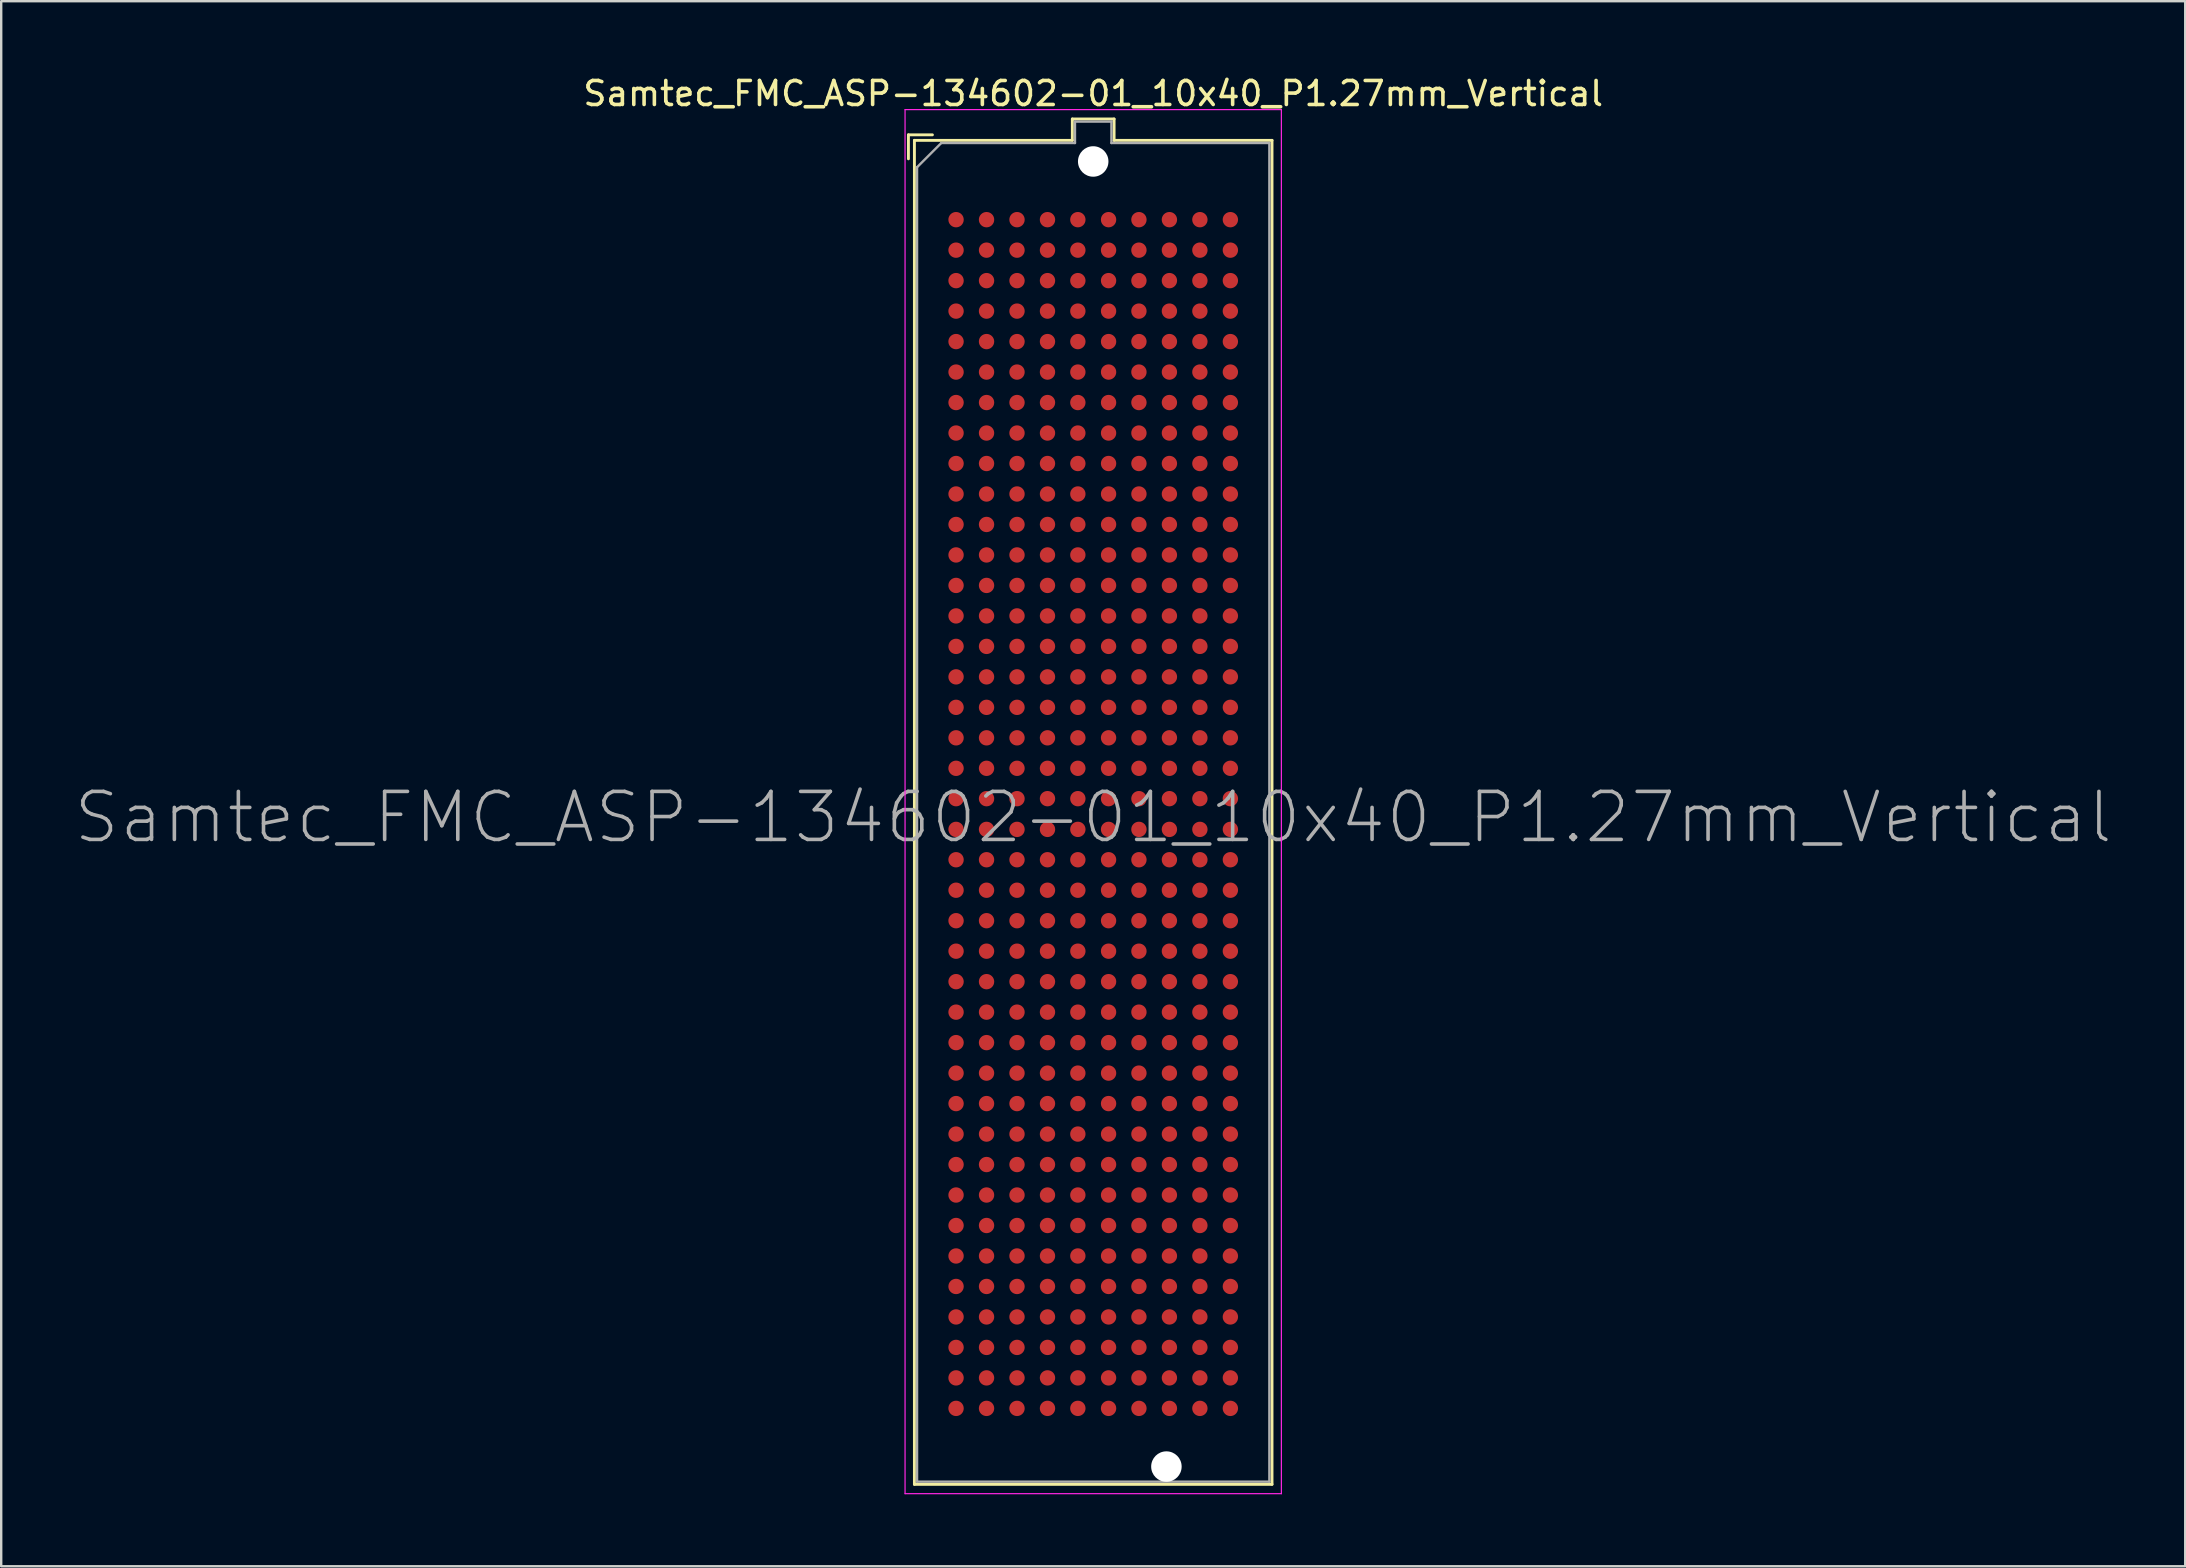
<source format=kicad_pcb>
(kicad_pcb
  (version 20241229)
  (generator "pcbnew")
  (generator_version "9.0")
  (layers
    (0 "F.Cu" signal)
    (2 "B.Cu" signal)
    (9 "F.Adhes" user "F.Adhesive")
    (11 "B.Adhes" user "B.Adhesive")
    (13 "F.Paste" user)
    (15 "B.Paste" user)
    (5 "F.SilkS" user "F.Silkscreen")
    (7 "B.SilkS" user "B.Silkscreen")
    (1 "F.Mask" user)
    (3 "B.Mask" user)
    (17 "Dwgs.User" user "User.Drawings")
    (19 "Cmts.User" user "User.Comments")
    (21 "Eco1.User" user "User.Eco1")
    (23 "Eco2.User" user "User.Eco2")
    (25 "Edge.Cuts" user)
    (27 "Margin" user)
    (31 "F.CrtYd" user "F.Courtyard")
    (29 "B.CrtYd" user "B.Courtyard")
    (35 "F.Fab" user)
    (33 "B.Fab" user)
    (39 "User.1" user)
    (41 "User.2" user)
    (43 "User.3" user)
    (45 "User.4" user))
  (footprint "Samtec_FMC_ASP-134602-01_10x40_P1.27mm_Vertical"
    (layer "F.Cu")
    (at 42.501 30.868)
    (property "Reference" "Samtec_FMC_ASP-134602-01_10x40_P1.27mm_Vertical" (at 0 -30.02 0) (layer "F.SilkS") (effects (font (size 1 1) (thickness 0.15))))
    (attr smd)
    (fp_line (start -7.7 -28.3) (end -6.7 -28.3) (stroke (width 0.12) (type solid)) (layer "F.SilkS"))
    (fp_line (start -7.7 -27.3) (end -7.7 -28.3) (stroke (width 0.12) (type solid)) (layer "F.SilkS"))
    (fp_line (start -7.45 -28.07) (end -7.45 27.93) (stroke (width 0.12) (type solid)) (layer "F.SilkS"))
    (fp_line (start -7.45 27.93) (end 7.45 27.93) (stroke (width 0.12) (type solid)) (layer "F.SilkS"))
    (fp_line (start -0.87 -28.96) (end -0.87 -28.07) (stroke (width 0.12) (type solid)) (layer "F.SilkS"))
    (fp_line (start -0.87 -28.07) (end -7.45 -28.07) (stroke (width 0.12) (type solid)) (layer "F.SilkS"))
    (fp_line (start 0.87 -28.96) (end -0.87 -28.96) (stroke (width 0.12) (type solid)) (layer "F.SilkS"))
    (fp_line (start 0.87 -28.07) (end 0.87 -28.96) (stroke (width 0.12) (type solid)) (layer "F.SilkS"))
    (fp_line (start 7.45 -28.07) (end 0.87 -28.07) (stroke (width 0.12) (type solid)) (layer "F.SilkS"))
    (fp_line (start 7.45 27.93) (end 7.45 -28.07) (stroke (width 0.12) (type solid)) (layer "F.SilkS"))
    (fp_line (start -7.84 -29.35) (end -7.84 28.32) (stroke (width 0.05) (type solid)) (layer "F.CrtYd"))
    (fp_line (start -7.84 -29.35) (end 7.84 -29.35) (stroke (width 0.05) (type solid)) (layer "F.CrtYd"))
    (fp_line (start -7.84 28.32) (end 7.84 28.32) (stroke (width 0.05) (type solid)) (layer "F.CrtYd"))
    (fp_line (start 7.84 -29.35) (end 7.84 28.32) (stroke (width 0.05) (type solid)) (layer "F.CrtYd"))
    (fp_line (start -7.34 -26.95) (end -6.33 -27.96) (stroke (width 0.1) (type solid)) (layer "F.Fab"))
    (fp_line (start -7.34 27.82) (end -7.34 -26.95) (stroke (width 0.1) (type solid)) (layer "F.Fab"))
    (fp_line (start -7.34 27.82) (end 7.34 27.82) (stroke (width 0.1) (type solid)) (layer "F.Fab"))
    (fp_line (start -0.76 -28.85) (end 0.76 -28.85) (stroke (width 0.1) (type solid)) (layer "F.Fab"))
    (fp_line (start -0.76 -27.96) (end -6.33 -27.96) (stroke (width 0.1) (type solid)) (layer "F.Fab"))
    (fp_line (start -0.76 -27.96) (end -0.76 -28.85) (stroke (width 0.1) (type solid)) (layer "F.Fab"))
    (fp_line (start 0.76 -27.96) (end 0.76 -28.85) (stroke (width 0.1) (type solid)) (layer "F.Fab"))
    (fp_line (start 0.76 -27.96) (end 7.34 -27.96) (stroke (width 0.1) (type solid)) (layer "F.Fab"))
    (fp_line (start 7.34 27.82) (end 7.34 -27.96) (stroke (width 0.1) (type solid)) (layer "F.Fab"))
    (fp_text user "${REFERENCE}" (at 0 0.14 0) (layer "F.Fab") (effects (font (size 2 2) (thickness 0.15))))
    (pad "" np_thru_hole circle (at 0 -27.19 90) (size 1.27 1.27) (drill 1.27) (layers "*.Cu" "*.Paste" "*.Mask"))
    (pad "" np_thru_hole circle (at 3.05 27.19 90) (size 1.27 1.27) (drill 1.27) (layers "*.Cu" "*.Paste" "*.Mask"))
    (pad "A1" smd circle (at -5.715 -24.765 90) (size 0.64 0.64) (layers "F.Cu" "F.Mask" "F.Paste"))
    (pad "A2" smd circle (at -5.715 -23.495 90) (size 0.64 0.64) (layers "F.Cu" "F.Mask" "F.Paste"))
    (pad "A3" smd circle (at -5.715 -22.225 90) (size 0.64 0.64) (layers "F.Cu" "F.Mask" "F.Paste"))
    (pad "A4" smd circle (at -5.715 -20.955 90) (size 0.64 0.64) (layers "F.Cu" "F.Mask" "F.Paste"))
    (pad "A5" smd circle (at -5.715 -19.685 90) (size 0.64 0.64) (layers "F.Cu" "F.Mask" "F.Paste"))
    (pad "A6" smd circle (at -5.715 -18.415 90) (size 0.64 0.64) (layers "F.Cu" "F.Mask" "F.Paste"))
    (pad "A7" smd circle (at -5.715 -17.145 90) (size 0.64 0.64) (layers "F.Cu" "F.Mask" "F.Paste"))
    (pad "A8" smd circle (at -5.715 -15.875 90) (size 0.64 0.64) (layers "F.Cu" "F.Mask" "F.Paste"))
    (pad "A9" smd circle (at -5.715 -14.605 90) (size 0.64 0.64) (layers "F.Cu" "F.Mask" "F.Paste"))
    (pad "A10" smd circle (at -5.715 -13.335 90) (size 0.64 0.64) (layers "F.Cu" "F.Mask" "F.Paste"))
    (pad "A11" smd circle (at -5.715 -12.065 90) (size 0.64 0.64) (layers "F.Cu" "F.Mask" "F.Paste"))
    (pad "A12" smd circle (at -5.715 -10.795 90) (size 0.64 0.64) (layers "F.Cu" "F.Mask" "F.Paste"))
    (pad "A13" smd circle (at -5.715 -9.525 90) (size 0.64 0.64) (layers "F.Cu" "F.Mask" "F.Paste"))
    (pad "A14" smd circle (at -5.715 -8.255 90) (size 0.64 0.64) (layers "F.Cu" "F.Mask" "F.Paste"))
    (pad "A15" smd circle (at -5.715 -6.985 90) (size 0.64 0.64) (layers "F.Cu" "F.Mask" "F.Paste"))
    (pad "A16" smd circle (at -5.715 -5.715 90) (size 0.64 0.64) (layers "F.Cu" "F.Mask" "F.Paste"))
    (pad "A17" smd circle (at -5.715 -4.445 90) (size 0.64 0.64) (layers "F.Cu" "F.Mask" "F.Paste"))
    (pad "A18" smd circle (at -5.715 -3.175 90) (size 0.64 0.64) (layers "F.Cu" "F.Mask" "F.Paste"))
    (pad "A19" smd circle (at -5.715 -1.905 90) (size 0.64 0.64) (layers "F.Cu" "F.Mask" "F.Paste"))
    (pad "A20" smd circle (at -5.715 -0.64 90) (size 0.64 0.64) (layers "F.Cu" "F.Mask" "F.Paste"))
    (pad "A21" smd circle (at -5.715 0.64 90) (size 0.64 0.64) (layers "F.Cu" "F.Mask" "F.Paste"))
    (pad "A22" smd circle (at -5.715 1.905 90) (size 0.64 0.64) (layers "F.Cu" "F.Mask" "F.Paste"))
    (pad "A23" smd circle (at -5.715 3.175 90) (size 0.64 0.64) (layers "F.Cu" "F.Mask" "F.Paste"))
    (pad "A24" smd circle (at -5.715 4.445 90) (size 0.64 0.64) (layers "F.Cu" "F.Mask" "F.Paste"))
    (pad "A25" smd circle (at -5.715 5.715 90) (size 0.64 0.64) (layers "F.Cu" "F.Mask" "F.Paste"))
    (pad "A26" smd circle (at -5.715 6.985 90) (size 0.64 0.64) (layers "F.Cu" "F.Mask" "F.Paste"))
    (pad "A27" smd circle (at -5.715 8.255 90) (size 0.64 0.64) (layers "F.Cu" "F.Mask" "F.Paste"))
    (pad "A28" smd circle (at -5.715 9.525 90) (size 0.64 0.64) (layers "F.Cu" "F.Mask" "F.Paste"))
    (pad "A29" smd circle (at -5.715 10.795 90) (size 0.64 0.64) (layers "F.Cu" "F.Mask" "F.Paste"))
    (pad "A30" smd circle (at -5.715 12.065 90) (size 0.64 0.64) (layers "F.Cu" "F.Mask" "F.Paste"))
    (pad "A31" smd circle (at -5.715 13.335 90) (size 0.64 0.64) (layers "F.Cu" "F.Mask" "F.Paste"))
    (pad "A32" smd circle (at -5.715 14.605 90) (size 0.64 0.64) (layers "F.Cu" "F.Mask" "F.Paste"))
    (pad "A33" smd circle (at -5.715 15.875 90) (size 0.64 0.64) (layers "F.Cu" "F.Mask" "F.Paste"))
    (pad "A34" smd circle (at -5.715 17.145 90) (size 0.64 0.64) (layers "F.Cu" "F.Mask" "F.Paste"))
    (pad "A35" smd circle (at -5.715 18.415 90) (size 0.64 0.64) (layers "F.Cu" "F.Mask" "F.Paste"))
    (pad "A36" smd circle (at -5.715 19.685 90) (size 0.64 0.64) (layers "F.Cu" "F.Mask" "F.Paste"))
    (pad "A37" smd circle (at -5.715 20.955 90) (size 0.64 0.64) (layers "F.Cu" "F.Mask" "F.Paste"))
    (pad "A38" smd circle (at -5.715 22.225 90) (size 0.64 0.64) (layers "F.Cu" "F.Mask" "F.Paste"))
    (pad "A39" smd circle (at -5.715 23.495 90) (size 0.64 0.64) (layers "F.Cu" "F.Mask" "F.Paste"))
    (pad "A40" smd circle (at -5.715 24.765 90) (size 0.64 0.64) (layers "F.Cu" "F.Mask" "F.Paste"))
    (pad "B1" smd circle (at -4.445 -24.765 90) (size 0.64 0.64) (layers "F.Cu" "F.Mask" "F.Paste"))
    (pad "B2" smd circle (at -4.445 -23.495 90) (size 0.64 0.64) (layers "F.Cu" "F.Mask" "F.Paste"))
    (pad "B3" smd circle (at -4.445 -22.225 90) (size 0.64 0.64) (layers "F.Cu" "F.Mask" "F.Paste"))
    (pad "B4" smd circle (at -4.445 -20.955 90) (size 0.64 0.64) (layers "F.Cu" "F.Mask" "F.Paste"))
    (pad "B5" smd circle (at -4.445 -19.685 90) (size 0.64 0.64) (layers "F.Cu" "F.Mask" "F.Paste"))
    (pad "B6" smd circle (at -4.445 -18.415 90) (size 0.64 0.64) (layers "F.Cu" "F.Mask" "F.Paste"))
    (pad "B7" smd circle (at -4.445 -17.145 90) (size 0.64 0.64) (layers "F.Cu" "F.Mask" "F.Paste"))
    (pad "B8" smd circle (at -4.445 -15.875 90) (size 0.64 0.64) (layers "F.Cu" "F.Mask" "F.Paste"))
    (pad "B9" smd circle (at -4.445 -14.605 90) (size 0.64 0.64) (layers "F.Cu" "F.Mask" "F.Paste"))
    (pad "B10" smd circle (at -4.445 -13.335 90) (size 0.64 0.64) (layers "F.Cu" "F.Mask" "F.Paste"))
    (pad "B11" smd circle (at -4.445 -12.065 90) (size 0.64 0.64) (layers "F.Cu" "F.Mask" "F.Paste"))
    (pad "B12" smd circle (at -4.445 -10.795 90) (size 0.64 0.64) (layers "F.Cu" "F.Mask" "F.Paste"))
    (pad "B13" smd circle (at -4.445 -9.525 90) (size 0.64 0.64) (layers "F.Cu" "F.Mask" "F.Paste"))
    (pad "B14" smd circle (at -4.445 -8.255 90) (size 0.64 0.64) (layers "F.Cu" "F.Mask" "F.Paste"))
    (pad "B15" smd circle (at -4.445 -6.985 90) (size 0.64 0.64) (layers "F.Cu" "F.Mask" "F.Paste"))
    (pad "B16" smd circle (at -4.445 -5.715 90) (size 0.64 0.64) (layers "F.Cu" "F.Mask" "F.Paste"))
    (pad "B17" smd circle (at -4.445 -4.445 90) (size 0.64 0.64) (layers "F.Cu" "F.Mask" "F.Paste"))
    (pad "B18" smd circle (at -4.445 -3.175 90) (size 0.64 0.64) (layers "F.Cu" "F.Mask" "F.Paste"))
    (pad "B19" smd circle (at -4.445 -1.905 90) (size 0.64 0.64) (layers "F.Cu" "F.Mask" "F.Paste"))
    (pad "B20" smd circle (at -4.445 -0.64 90) (size 0.64 0.64) (layers "F.Cu" "F.Mask" "F.Paste"))
    (pad "B21" smd circle (at -4.445 0.64 90) (size 0.64 0.64) (layers "F.Cu" "F.Mask" "F.Paste"))
    (pad "B22" smd circle (at -4.445 1.905 90) (size 0.64 0.64) (layers "F.Cu" "F.Mask" "F.Paste"))
    (pad "B23" smd circle (at -4.445 3.175 90) (size 0.64 0.64) (layers "F.Cu" "F.Mask" "F.Paste"))
    (pad "B24" smd circle (at -4.445 4.445 90) (size 0.64 0.64) (layers "F.Cu" "F.Mask" "F.Paste"))
    (pad "B25" smd circle (at -4.445 5.715 90) (size 0.64 0.64) (layers "F.Cu" "F.Mask" "F.Paste"))
    (pad "B26" smd circle (at -4.445 6.985 90) (size 0.64 0.64) (layers "F.Cu" "F.Mask" "F.Paste"))
    (pad "B27" smd circle (at -4.445 8.255 90) (size 0.64 0.64) (layers "F.Cu" "F.Mask" "F.Paste"))
    (pad "B28" smd circle (at -4.445 9.525 90) (size 0.64 0.64) (layers "F.Cu" "F.Mask" "F.Paste"))
    (pad "B29" smd circle (at -4.445 10.795 90) (size 0.64 0.64) (layers "F.Cu" "F.Mask" "F.Paste"))
    (pad "B30" smd circle (at -4.445 12.065 90) (size 0.64 0.64) (layers "F.Cu" "F.Mask" "F.Paste"))
    (pad "B31" smd circle (at -4.445 13.335 90) (size 0.64 0.64) (layers "F.Cu" "F.Mask" "F.Paste"))
    (pad "B32" smd circle (at -4.445 14.605 90) (size 0.64 0.64) (layers "F.Cu" "F.Mask" "F.Paste"))
    (pad "B33" smd circle (at -4.445 15.875 90) (size 0.64 0.64) (layers "F.Cu" "F.Mask" "F.Paste"))
    (pad "B34" smd circle (at -4.445 17.145 90) (size 0.64 0.64) (layers "F.Cu" "F.Mask" "F.Paste"))
    (pad "B35" smd circle (at -4.445 18.415 90) (size 0.64 0.64) (layers "F.Cu" "F.Mask" "F.Paste"))
    (pad "B36" smd circle (at -4.445 19.685 90) (size 0.64 0.64) (layers "F.Cu" "F.Mask" "F.Paste"))
    (pad "B37" smd circle (at -4.445 20.955 90) (size 0.64 0.64) (layers "F.Cu" "F.Mask" "F.Paste"))
    (pad "B38" smd circle (at -4.445 22.225 90) (size 0.64 0.64) (layers "F.Cu" "F.Mask" "F.Paste"))
    (pad "B39" smd circle (at -4.445 23.495 90) (size 0.64 0.64) (layers "F.Cu" "F.Mask" "F.Paste"))
    (pad "B40" smd circle (at -4.445 24.765 90) (size 0.64 0.64) (layers "F.Cu" "F.Mask" "F.Paste"))
    (pad "C1" smd circle (at -3.175 -24.765 90) (size 0.64 0.64) (layers "F.Cu" "F.Mask" "F.Paste"))
    (pad "C2" smd circle (at -3.175 -23.495 90) (size 0.64 0.64) (layers "F.Cu" "F.Mask" "F.Paste"))
    (pad "C3" smd circle (at -3.175 -22.225 90) (size 0.64 0.64) (layers "F.Cu" "F.Mask" "F.Paste"))
    (pad "C4" smd circle (at -3.175 -20.955 90) (size 0.64 0.64) (layers "F.Cu" "F.Mask" "F.Paste"))
    (pad "C5" smd circle (at -3.175 -19.685 90) (size 0.64 0.64) (layers "F.Cu" "F.Mask" "F.Paste"))
    (pad "C6" smd circle (at -3.175 -18.415 90) (size 0.64 0.64) (layers "F.Cu" "F.Mask" "F.Paste"))
    (pad "C7" smd circle (at -3.175 -17.145 90) (size 0.64 0.64) (layers "F.Cu" "F.Mask" "F.Paste"))
    (pad "C8" smd circle (at -3.175 -15.875 90) (size 0.64 0.64) (layers "F.Cu" "F.Mask" "F.Paste"))
    (pad "C9" smd circle (at -3.175 -14.605 90) (size 0.64 0.64) (layers "F.Cu" "F.Mask" "F.Paste"))
    (pad "C10" smd circle (at -3.175 -13.335 90) (size 0.64 0.64) (layers "F.Cu" "F.Mask" "F.Paste"))
    (pad "C11" smd circle (at -3.175 -12.065 90) (size 0.64 0.64) (layers "F.Cu" "F.Mask" "F.Paste"))
    (pad "C12" smd circle (at -3.175 -10.795 90) (size 0.64 0.64) (layers "F.Cu" "F.Mask" "F.Paste"))
    (pad "C13" smd circle (at -3.175 -9.525 90) (size 0.64 0.64) (layers "F.Cu" "F.Mask" "F.Paste"))
    (pad "C14" smd circle (at -3.175 -8.255 90) (size 0.64 0.64) (layers "F.Cu" "F.Mask" "F.Paste"))
    (pad "C15" smd circle (at -3.175 -6.985 90) (size 0.64 0.64) (layers "F.Cu" "F.Mask" "F.Paste"))
    (pad "C16" smd circle (at -3.175 -5.715 90) (size 0.64 0.64) (layers "F.Cu" "F.Mask" "F.Paste"))
    (pad "C17" smd circle (at -3.175 -4.445 90) (size 0.64 0.64) (layers "F.Cu" "F.Mask" "F.Paste"))
    (pad "C18" smd circle (at -3.175 -3.175 90) (size 0.64 0.64) (layers "F.Cu" "F.Mask" "F.Paste"))
    (pad "C19" smd circle (at -3.175 -1.905 90) (size 0.64 0.64) (layers "F.Cu" "F.Mask" "F.Paste"))
    (pad "C20" smd circle (at -3.175 -0.64 90) (size 0.64 0.64) (layers "F.Cu" "F.Mask" "F.Paste"))
    (pad "C21" smd circle (at -3.175 0.64 90) (size 0.64 0.64) (layers "F.Cu" "F.Mask" "F.Paste"))
    (pad "C22" smd circle (at -3.175 1.905 90) (size 0.64 0.64) (layers "F.Cu" "F.Mask" "F.Paste"))
    (pad "C23" smd circle (at -3.175 3.175 90) (size 0.64 0.64) (layers "F.Cu" "F.Mask" "F.Paste"))
    (pad "C24" smd circle (at -3.175 4.445 90) (size 0.64 0.64) (layers "F.Cu" "F.Mask" "F.Paste"))
    (pad "C25" smd circle (at -3.175 5.715 90) (size 0.64 0.64) (layers "F.Cu" "F.Mask" "F.Paste"))
    (pad "C26" smd circle (at -3.175 6.985 90) (size 0.64 0.64) (layers "F.Cu" "F.Mask" "F.Paste"))
    (pad "C27" smd circle (at -3.175 8.255 90) (size 0.64 0.64) (layers "F.Cu" "F.Mask" "F.Paste"))
    (pad "C28" smd circle (at -3.175 9.525 90) (size 0.64 0.64) (layers "F.Cu" "F.Mask" "F.Paste"))
    (pad "C29" smd circle (at -3.175 10.795 90) (size 0.64 0.64) (layers "F.Cu" "F.Mask" "F.Paste"))
    (pad "C30" smd circle (at -3.175 12.065 90) (size 0.64 0.64) (layers "F.Cu" "F.Mask" "F.Paste"))
    (pad "C31" smd circle (at -3.175 13.335 90) (size 0.64 0.64) (layers "F.Cu" "F.Mask" "F.Paste"))
    (pad "C32" smd circle (at -3.175 14.605 90) (size 0.64 0.64) (layers "F.Cu" "F.Mask" "F.Paste"))
    (pad "C33" smd circle (at -3.175 15.875 90) (size 0.64 0.64) (layers "F.Cu" "F.Mask" "F.Paste"))
    (pad "C34" smd circle (at -3.175 17.145 90) (size 0.64 0.64) (layers "F.Cu" "F.Mask" "F.Paste"))
    (pad "C35" smd circle (at -3.175 18.415 90) (size 0.64 0.64) (layers "F.Cu" "F.Mask" "F.Paste"))
    (pad "C36" smd circle (at -3.175 19.685 90) (size 0.64 0.64) (layers "F.Cu" "F.Mask" "F.Paste"))
    (pad "C37" smd circle (at -3.175 20.955 90) (size 0.64 0.64) (layers "F.Cu" "F.Mask" "F.Paste"))
    (pad "C38" smd circle (at -3.175 22.225 90) (size 0.64 0.64) (layers "F.Cu" "F.Mask" "F.Paste"))
    (pad "C39" smd circle (at -3.175 23.495 90) (size 0.64 0.64) (layers "F.Cu" "F.Mask" "F.Paste"))
    (pad "C40" smd circle (at -3.175 24.765 90) (size 0.64 0.64) (layers "F.Cu" "F.Mask" "F.Paste"))
    (pad "D1" smd circle (at -1.905 -24.765 90) (size 0.64 0.64) (layers "F.Cu" "F.Mask" "F.Paste"))
    (pad "D2" smd circle (at -1.905 -23.495 90) (size 0.64 0.64) (layers "F.Cu" "F.Mask" "F.Paste"))
    (pad "D3" smd circle (at -1.905 -22.225 90) (size 0.64 0.64) (layers "F.Cu" "F.Mask" "F.Paste"))
    (pad "D4" smd circle (at -1.905 -20.955 90) (size 0.64 0.64) (layers "F.Cu" "F.Mask" "F.Paste"))
    (pad "D5" smd circle (at -1.905 -19.685 90) (size 0.64 0.64) (layers "F.Cu" "F.Mask" "F.Paste"))
    (pad "D6" smd circle (at -1.905 -18.415 90) (size 0.64 0.64) (layers "F.Cu" "F.Mask" "F.Paste"))
    (pad "D7" smd circle (at -1.905 -17.145 90) (size 0.64 0.64) (layers "F.Cu" "F.Mask" "F.Paste"))
    (pad "D8" smd circle (at -1.905 -15.875 90) (size 0.64 0.64) (layers "F.Cu" "F.Mask" "F.Paste"))
    (pad "D9" smd circle (at -1.905 -14.605 90) (size 0.64 0.64) (layers "F.Cu" "F.Mask" "F.Paste"))
    (pad "D10" smd circle (at -1.905 -13.335 90) (size 0.64 0.64) (layers "F.Cu" "F.Mask" "F.Paste"))
    (pad "D11" smd circle (at -1.905 -12.065 90) (size 0.64 0.64) (layers "F.Cu" "F.Mask" "F.Paste"))
    (pad "D12" smd circle (at -1.905 -10.795 90) (size 0.64 0.64) (layers "F.Cu" "F.Mask" "F.Paste"))
    (pad "D13" smd circle (at -1.905 -9.525 90) (size 0.64 0.64) (layers "F.Cu" "F.Mask" "F.Paste"))
    (pad "D14" smd circle (at -1.905 -8.255 90) (size 0.64 0.64) (layers "F.Cu" "F.Mask" "F.Paste"))
    (pad "D15" smd circle (at -1.905 -6.985 90) (size 0.64 0.64) (layers "F.Cu" "F.Mask" "F.Paste"))
    (pad "D16" smd circle (at -1.905 -5.715 90) (size 0.64 0.64) (layers "F.Cu" "F.Mask" "F.Paste"))
    (pad "D17" smd circle (at -1.905 -4.445 90) (size 0.64 0.64) (layers "F.Cu" "F.Mask" "F.Paste"))
    (pad "D18" smd circle (at -1.905 -3.175 90) (size 0.64 0.64) (layers "F.Cu" "F.Mask" "F.Paste"))
    (pad "D19" smd circle (at -1.905 -1.905 90) (size 0.64 0.64) (layers "F.Cu" "F.Mask" "F.Paste"))
    (pad "D20" smd circle (at -1.905 -0.64 90) (size 0.64 0.64) (layers "F.Cu" "F.Mask" "F.Paste"))
    (pad "D21" smd circle (at -1.905 0.64 90) (size 0.64 0.64) (layers "F.Cu" "F.Mask" "F.Paste"))
    (pad "D22" smd circle (at -1.905 1.905 90) (size 0.64 0.64) (layers "F.Cu" "F.Mask" "F.Paste"))
    (pad "D23" smd circle (at -1.905 3.175 90) (size 0.64 0.64) (layers "F.Cu" "F.Mask" "F.Paste"))
    (pad "D24" smd circle (at -1.905 4.445 90) (size 0.64 0.64) (layers "F.Cu" "F.Mask" "F.Paste"))
    (pad "D25" smd circle (at -1.905 5.715 90) (size 0.64 0.64) (layers "F.Cu" "F.Mask" "F.Paste"))
    (pad "D26" smd circle (at -1.905 6.985 90) (size 0.64 0.64) (layers "F.Cu" "F.Mask" "F.Paste"))
    (pad "D27" smd circle (at -1.905 8.255 90) (size 0.64 0.64) (layers "F.Cu" "F.Mask" "F.Paste"))
    (pad "D28" smd circle (at -1.905 9.525 90) (size 0.64 0.64) (layers "F.Cu" "F.Mask" "F.Paste"))
    (pad "D29" smd circle (at -1.905 10.795 90) (size 0.64 0.64) (layers "F.Cu" "F.Mask" "F.Paste"))
    (pad "D30" smd circle (at -1.905 12.065 90) (size 0.64 0.64) (layers "F.Cu" "F.Mask" "F.Paste"))
    (pad "D31" smd circle (at -1.905 13.335 90) (size 0.64 0.64) (layers "F.Cu" "F.Mask" "F.Paste"))
    (pad "D32" smd circle (at -1.905 14.605 90) (size 0.64 0.64) (layers "F.Cu" "F.Mask" "F.Paste"))
    (pad "D33" smd circle (at -1.905 15.875 90) (size 0.64 0.64) (layers "F.Cu" "F.Mask" "F.Paste"))
    (pad "D34" smd circle (at -1.905 17.145 90) (size 0.64 0.64) (layers "F.Cu" "F.Mask" "F.Paste"))
    (pad "D35" smd circle (at -1.905 18.415 90) (size 0.64 0.64) (layers "F.Cu" "F.Mask" "F.Paste"))
    (pad "D36" smd circle (at -1.905 19.685 90) (size 0.64 0.64) (layers "F.Cu" "F.Mask" "F.Paste"))
    (pad "D37" smd circle (at -1.905 20.955 90) (size 0.64 0.64) (layers "F.Cu" "F.Mask" "F.Paste"))
    (pad "D38" smd circle (at -1.905 22.225 90) (size 0.64 0.64) (layers "F.Cu" "F.Mask" "F.Paste"))
    (pad "D39" smd circle (at -1.905 23.495 90) (size 0.64 0.64) (layers "F.Cu" "F.Mask" "F.Paste"))
    (pad "D40" smd circle (at -1.905 24.765 90) (size 0.64 0.64) (layers "F.Cu" "F.Mask" "F.Paste"))
    (pad "E1" smd circle (at -0.64 -24.765 90) (size 0.64 0.64) (layers "F.Cu" "F.Mask" "F.Paste"))
    (pad "E2" smd circle (at -0.64 -23.495 90) (size 0.64 0.64) (layers "F.Cu" "F.Mask" "F.Paste"))
    (pad "E3" smd circle (at -0.64 -22.225 90) (size 0.64 0.64) (layers "F.Cu" "F.Mask" "F.Paste"))
    (pad "E4" smd circle (at -0.64 -20.955 90) (size 0.64 0.64) (layers "F.Cu" "F.Mask" "F.Paste"))
    (pad "E5" smd circle (at -0.64 -19.685 90) (size 0.64 0.64) (layers "F.Cu" "F.Mask" "F.Paste"))
    (pad "E6" smd circle (at -0.64 -18.415 90) (size 0.64 0.64) (layers "F.Cu" "F.Mask" "F.Paste"))
    (pad "E7" smd circle (at -0.64 -17.145 90) (size 0.64 0.64) (layers "F.Cu" "F.Mask" "F.Paste"))
    (pad "E8" smd circle (at -0.64 -15.875 90) (size 0.64 0.64) (layers "F.Cu" "F.Mask" "F.Paste"))
    (pad "E9" smd circle (at -0.64 -14.605 90) (size 0.64 0.64) (layers "F.Cu" "F.Mask" "F.Paste"))
    (pad "E10" smd circle (at -0.64 -13.335 90) (size 0.64 0.64) (layers "F.Cu" "F.Mask" "F.Paste"))
    (pad "E11" smd circle (at -0.64 -12.065 90) (size 0.64 0.64) (layers "F.Cu" "F.Mask" "F.Paste"))
    (pad "E12" smd circle (at -0.64 -10.795 90) (size 0.64 0.64) (layers "F.Cu" "F.Mask" "F.Paste"))
    (pad "E13" smd circle (at -0.64 -9.525 90) (size 0.64 0.64) (layers "F.Cu" "F.Mask" "F.Paste"))
    (pad "E14" smd circle (at -0.64 -8.255 90) (size 0.64 0.64) (layers "F.Cu" "F.Mask" "F.Paste"))
    (pad "E15" smd circle (at -0.64 -6.985 90) (size 0.64 0.64) (layers "F.Cu" "F.Mask" "F.Paste"))
    (pad "E16" smd circle (at -0.64 -5.715 90) (size 0.64 0.64) (layers "F.Cu" "F.Mask" "F.Paste"))
    (pad "E17" smd circle (at -0.64 -4.445 90) (size 0.64 0.64) (layers "F.Cu" "F.Mask" "F.Paste"))
    (pad "E18" smd circle (at -0.64 -3.175 90) (size 0.64 0.64) (layers "F.Cu" "F.Mask" "F.Paste"))
    (pad "E19" smd circle (at -0.64 -1.905 90) (size 0.64 0.64) (layers "F.Cu" "F.Mask" "F.Paste"))
    (pad "E20" smd circle (at -0.64 -0.64 90) (size 0.64 0.64) (layers "F.Cu" "F.Mask" "F.Paste"))
    (pad "E21" smd circle (at -0.64 0.64 90) (size 0.64 0.64) (layers "F.Cu" "F.Mask" "F.Paste"))
    (pad "E22" smd circle (at -0.64 1.905 90) (size 0.64 0.64) (layers "F.Cu" "F.Mask" "F.Paste"))
    (pad "E23" smd circle (at -0.64 3.175 90) (size 0.64 0.64) (layers "F.Cu" "F.Mask" "F.Paste"))
    (pad "E24" smd circle (at -0.64 4.445 90) (size 0.64 0.64) (layers "F.Cu" "F.Mask" "F.Paste"))
    (pad "E25" smd circle (at -0.64 5.715 90) (size 0.64 0.64) (layers "F.Cu" "F.Mask" "F.Paste"))
    (pad "E26" smd circle (at -0.64 6.985 90) (size 0.64 0.64) (layers "F.Cu" "F.Mask" "F.Paste"))
    (pad "E27" smd circle (at -0.64 8.255 90) (size 0.64 0.64) (layers "F.Cu" "F.Mask" "F.Paste"))
    (pad "E28" smd circle (at -0.64 9.525 90) (size 0.64 0.64) (layers "F.Cu" "F.Mask" "F.Paste"))
    (pad "E29" smd circle (at -0.64 10.795 90) (size 0.64 0.64) (layers "F.Cu" "F.Mask" "F.Paste"))
    (pad "E30" smd circle (at -0.64 12.065 90) (size 0.64 0.64) (layers "F.Cu" "F.Mask" "F.Paste"))
    (pad "E31" smd circle (at -0.64 13.335 90) (size 0.64 0.64) (layers "F.Cu" "F.Mask" "F.Paste"))
    (pad "E32" smd circle (at -0.64 14.605 90) (size 0.64 0.64) (layers "F.Cu" "F.Mask" "F.Paste"))
    (pad "E33" smd circle (at -0.64 15.875 90) (size 0.64 0.64) (layers "F.Cu" "F.Mask" "F.Paste"))
    (pad "E34" smd circle (at -0.64 17.145 90) (size 0.64 0.64) (layers "F.Cu" "F.Mask" "F.Paste"))
    (pad "E35" smd circle (at -0.64 18.415 90) (size 0.64 0.64) (layers "F.Cu" "F.Mask" "F.Paste"))
    (pad "E36" smd circle (at -0.64 19.685 90) (size 0.64 0.64) (layers "F.Cu" "F.Mask" "F.Paste"))
    (pad "E37" smd circle (at -0.64 20.955 90) (size 0.64 0.64) (layers "F.Cu" "F.Mask" "F.Paste"))
    (pad "E38" smd circle (at -0.64 22.225 90) (size 0.64 0.64) (layers "F.Cu" "F.Mask" "F.Paste"))
    (pad "E39" smd circle (at -0.64 23.495 90) (size 0.64 0.64) (layers "F.Cu" "F.Mask" "F.Paste"))
    (pad "E40" smd circle (at -0.64 24.765 90) (size 0.64 0.64) (layers "F.Cu" "F.Mask" "F.Paste"))
    (pad "F1" smd circle (at 0.64 -24.765 90) (size 0.64 0.64) (layers "F.Cu" "F.Mask" "F.Paste"))
    (pad "F2" smd circle (at 0.64 -23.495 90) (size 0.64 0.64) (layers "F.Cu" "F.Mask" "F.Paste"))
    (pad "F3" smd circle (at 0.64 -22.225 90) (size 0.64 0.64) (layers "F.Cu" "F.Mask" "F.Paste"))
    (pad "F4" smd circle (at 0.64 -20.955 90) (size 0.64 0.64) (layers "F.Cu" "F.Mask" "F.Paste"))
    (pad "F5" smd circle (at 0.64 -19.685 90) (size 0.64 0.64) (layers "F.Cu" "F.Mask" "F.Paste"))
    (pad "F6" smd circle (at 0.64 -18.415 90) (size 0.64 0.64) (layers "F.Cu" "F.Mask" "F.Paste"))
    (pad "F7" smd circle (at 0.64 -17.145 90) (size 0.64 0.64) (layers "F.Cu" "F.Mask" "F.Paste"))
    (pad "F8" smd circle (at 0.64 -15.875 90) (size 0.64 0.64) (layers "F.Cu" "F.Mask" "F.Paste"))
    (pad "F9" smd circle (at 0.64 -14.605 90) (size 0.64 0.64) (layers "F.Cu" "F.Mask" "F.Paste"))
    (pad "F10" smd circle (at 0.64 -13.335 90) (size 0.64 0.64) (layers "F.Cu" "F.Mask" "F.Paste"))
    (pad "F11" smd circle (at 0.64 -12.065 90) (size 0.64 0.64) (layers "F.Cu" "F.Mask" "F.Paste"))
    (pad "F12" smd circle (at 0.64 -10.795 90) (size 0.64 0.64) (layers "F.Cu" "F.Mask" "F.Paste"))
    (pad "F13" smd circle (at 0.64 -9.525 90) (size 0.64 0.64) (layers "F.Cu" "F.Mask" "F.Paste"))
    (pad "F14" smd circle (at 0.64 -8.255 90) (size 0.64 0.64) (layers "F.Cu" "F.Mask" "F.Paste"))
    (pad "F15" smd circle (at 0.64 -6.985 90) (size 0.64 0.64) (layers "F.Cu" "F.Mask" "F.Paste"))
    (pad "F16" smd circle (at 0.64 -5.715 90) (size 0.64 0.64) (layers "F.Cu" "F.Mask" "F.Paste"))
    (pad "F17" smd circle (at 0.64 -4.445 90) (size 0.64 0.64) (layers "F.Cu" "F.Mask" "F.Paste"))
    (pad "F18" smd circle (at 0.64 -3.175 90) (size 0.64 0.64) (layers "F.Cu" "F.Mask" "F.Paste"))
    (pad "F19" smd circle (at 0.64 -1.905 90) (size 0.64 0.64) (layers "F.Cu" "F.Mask" "F.Paste"))
    (pad "F20" smd circle (at 0.64 -0.64 90) (size 0.64 0.64) (layers "F.Cu" "F.Mask" "F.Paste"))
    (pad "F21" smd circle (at 0.64 0.64 90) (size 0.64 0.64) (layers "F.Cu" "F.Mask" "F.Paste"))
    (pad "F22" smd circle (at 0.64 1.905 90) (size 0.64 0.64) (layers "F.Cu" "F.Mask" "F.Paste"))
    (pad "F23" smd circle (at 0.64 3.175 90) (size 0.64 0.64) (layers "F.Cu" "F.Mask" "F.Paste"))
    (pad "F24" smd circle (at 0.64 4.445 90) (size 0.64 0.64) (layers "F.Cu" "F.Mask" "F.Paste"))
    (pad "F25" smd circle (at 0.64 5.715 90) (size 0.64 0.64) (layers "F.Cu" "F.Mask" "F.Paste"))
    (pad "F26" smd circle (at 0.64 6.985 90) (size 0.64 0.64) (layers "F.Cu" "F.Mask" "F.Paste"))
    (pad "F27" smd circle (at 0.64 8.255 90) (size 0.64 0.64) (layers "F.Cu" "F.Mask" "F.Paste"))
    (pad "F28" smd circle (at 0.64 9.525 90) (size 0.64 0.64) (layers "F.Cu" "F.Mask" "F.Paste"))
    (pad "F29" smd circle (at 0.64 10.795 90) (size 0.64 0.64) (layers "F.Cu" "F.Mask" "F.Paste"))
    (pad "F30" smd circle (at 0.64 12.065 90) (size 0.64 0.64) (layers "F.Cu" "F.Mask" "F.Paste"))
    (pad "F31" smd circle (at 0.64 13.335 90) (size 0.64 0.64) (layers "F.Cu" "F.Mask" "F.Paste"))
    (pad "F32" smd circle (at 0.64 14.605 90) (size 0.64 0.64) (layers "F.Cu" "F.Mask" "F.Paste"))
    (pad "F33" smd circle (at 0.64 15.875 90) (size 0.64 0.64) (layers "F.Cu" "F.Mask" "F.Paste"))
    (pad "F34" smd circle (at 0.64 17.145 90) (size 0.64 0.64) (layers "F.Cu" "F.Mask" "F.Paste"))
    (pad "F35" smd circle (at 0.64 18.415 90) (size 0.64 0.64) (layers "F.Cu" "F.Mask" "F.Paste"))
    (pad "F36" smd circle (at 0.64 19.685 90) (size 0.64 0.64) (layers "F.Cu" "F.Mask" "F.Paste"))
    (pad "F37" smd circle (at 0.64 20.955 90) (size 0.64 0.64) (layers "F.Cu" "F.Mask" "F.Paste"))
    (pad "F38" smd circle (at 0.64 22.225 90) (size 0.64 0.64) (layers "F.Cu" "F.Mask" "F.Paste"))
    (pad "F39" smd circle (at 0.64 23.495 90) (size 0.64 0.64) (layers "F.Cu" "F.Mask" "F.Paste"))
    (pad "F40" smd circle (at 0.64 24.765 90) (size 0.64 0.64) (layers "F.Cu" "F.Mask" "F.Paste"))
    (pad "G1" smd circle (at 1.905 -24.765 90) (size 0.64 0.64) (layers "F.Cu" "F.Mask" "F.Paste"))
    (pad "G2" smd circle (at 1.905 -23.495 90) (size 0.64 0.64) (layers "F.Cu" "F.Mask" "F.Paste"))
    (pad "G3" smd circle (at 1.905 -22.225 90) (size 0.64 0.64) (layers "F.Cu" "F.Mask" "F.Paste"))
    (pad "G4" smd circle (at 1.905 -20.955 90) (size 0.64 0.64) (layers "F.Cu" "F.Mask" "F.Paste"))
    (pad "G5" smd circle (at 1.905 -19.685 90) (size 0.64 0.64) (layers "F.Cu" "F.Mask" "F.Paste"))
    (pad "G6" smd circle (at 1.905 -18.415 90) (size 0.64 0.64) (layers "F.Cu" "F.Mask" "F.Paste"))
    (pad "G7" smd circle (at 1.905 -17.145 90) (size 0.64 0.64) (layers "F.Cu" "F.Mask" "F.Paste"))
    (pad "G8" smd circle (at 1.905 -15.875 90) (size 0.64 0.64) (layers "F.Cu" "F.Mask" "F.Paste"))
    (pad "G9" smd circle (at 1.905 -14.605 90) (size 0.64 0.64) (layers "F.Cu" "F.Mask" "F.Paste"))
    (pad "G10" smd circle (at 1.905 -13.335 90) (size 0.64 0.64) (layers "F.Cu" "F.Mask" "F.Paste"))
    (pad "G11" smd circle (at 1.905 -12.065 90) (size 0.64 0.64) (layers "F.Cu" "F.Mask" "F.Paste"))
    (pad "G12" smd circle (at 1.905 -10.795 90) (size 0.64 0.64) (layers "F.Cu" "F.Mask" "F.Paste"))
    (pad "G13" smd circle (at 1.905 -9.525 90) (size 0.64 0.64) (layers "F.Cu" "F.Mask" "F.Paste"))
    (pad "G14" smd circle (at 1.905 -8.255 90) (size 0.64 0.64) (layers "F.Cu" "F.Mask" "F.Paste"))
    (pad "G15" smd circle (at 1.905 -6.985 90) (size 0.64 0.64) (layers "F.Cu" "F.Mask" "F.Paste"))
    (pad "G16" smd circle (at 1.905 -5.715 90) (size 0.64 0.64) (layers "F.Cu" "F.Mask" "F.Paste"))
    (pad "G17" smd circle (at 1.905 -4.445 90) (size 0.64 0.64) (layers "F.Cu" "F.Mask" "F.Paste"))
    (pad "G18" smd circle (at 1.905 -3.175 90) (size 0.64 0.64) (layers "F.Cu" "F.Mask" "F.Paste"))
    (pad "G19" smd circle (at 1.905 -1.905 90) (size 0.64 0.64) (layers "F.Cu" "F.Mask" "F.Paste"))
    (pad "G20" smd circle (at 1.905 -0.64 90) (size 0.64 0.64) (layers "F.Cu" "F.Mask" "F.Paste"))
    (pad "G21" smd circle (at 1.905 0.64 90) (size 0.64 0.64) (layers "F.Cu" "F.Mask" "F.Paste"))
    (pad "G22" smd circle (at 1.905 1.905 90) (size 0.64 0.64) (layers "F.Cu" "F.Mask" "F.Paste"))
    (pad "G23" smd circle (at 1.905 3.175 90) (size 0.64 0.64) (layers "F.Cu" "F.Mask" "F.Paste"))
    (pad "G24" smd circle (at 1.905 4.445 90) (size 0.64 0.64) (layers "F.Cu" "F.Mask" "F.Paste"))
    (pad "G25" smd circle (at 1.905 5.715 90) (size 0.64 0.64) (layers "F.Cu" "F.Mask" "F.Paste"))
    (pad "G26" smd circle (at 1.905 6.985 90) (size 0.64 0.64) (layers "F.Cu" "F.Mask" "F.Paste"))
    (pad "G27" smd circle (at 1.905 8.255 90) (size 0.64 0.64) (layers "F.Cu" "F.Mask" "F.Paste"))
    (pad "G28" smd circle (at 1.905 9.525 90) (size 0.64 0.64) (layers "F.Cu" "F.Mask" "F.Paste"))
    (pad "G29" smd circle (at 1.905 10.795 90) (size 0.64 0.64) (layers "F.Cu" "F.Mask" "F.Paste"))
    (pad "G30" smd circle (at 1.905 12.065 90) (size 0.64 0.64) (layers "F.Cu" "F.Mask" "F.Paste"))
    (pad "G31" smd circle (at 1.905 13.335 90) (size 0.64 0.64) (layers "F.Cu" "F.Mask" "F.Paste"))
    (pad "G32" smd circle (at 1.905 14.605 90) (size 0.64 0.64) (layers "F.Cu" "F.Mask" "F.Paste"))
    (pad "G33" smd circle (at 1.905 15.875 90) (size 0.64 0.64) (layers "F.Cu" "F.Mask" "F.Paste"))
    (pad "G34" smd circle (at 1.905 17.145 90) (size 0.64 0.64) (layers "F.Cu" "F.Mask" "F.Paste"))
    (pad "G35" smd circle (at 1.905 18.415 90) (size 0.64 0.64) (layers "F.Cu" "F.Mask" "F.Paste"))
    (pad "G36" smd circle (at 1.905 19.685 90) (size 0.64 0.64) (layers "F.Cu" "F.Mask" "F.Paste"))
    (pad "G37" smd circle (at 1.905 20.955 90) (size 0.64 0.64) (layers "F.Cu" "F.Mask" "F.Paste"))
    (pad "G38" smd circle (at 1.905 22.225 90) (size 0.64 0.64) (layers "F.Cu" "F.Mask" "F.Paste"))
    (pad "G39" smd circle (at 1.905 23.495 90) (size 0.64 0.64) (layers "F.Cu" "F.Mask" "F.Paste"))
    (pad "G40" smd circle (at 1.905 24.765 90) (size 0.64 0.64) (layers "F.Cu" "F.Mask" "F.Paste"))
    (pad "H1" smd circle (at 3.175 -24.765 90) (size 0.64 0.64) (layers "F.Cu" "F.Mask" "F.Paste"))
    (pad "H2" smd circle (at 3.175 -23.495 90) (size 0.64 0.64) (layers "F.Cu" "F.Mask" "F.Paste"))
    (pad "H3" smd circle (at 3.175 -22.225 90) (size 0.64 0.64) (layers "F.Cu" "F.Mask" "F.Paste"))
    (pad "H4" smd circle (at 3.175 -20.955 90) (size 0.64 0.64) (layers "F.Cu" "F.Mask" "F.Paste"))
    (pad "H5" smd circle (at 3.175 -19.685 90) (size 0.64 0.64) (layers "F.Cu" "F.Mask" "F.Paste"))
    (pad "H6" smd circle (at 3.175 -18.415 90) (size 0.64 0.64) (layers "F.Cu" "F.Mask" "F.Paste"))
    (pad "H7" smd circle (at 3.175 -17.145 90) (size 0.64 0.64) (layers "F.Cu" "F.Mask" "F.Paste"))
    (pad "H8" smd circle (at 3.175 -15.875 90) (size 0.64 0.64) (layers "F.Cu" "F.Mask" "F.Paste"))
    (pad "H9" smd circle (at 3.175 -14.605 90) (size 0.64 0.64) (layers "F.Cu" "F.Mask" "F.Paste"))
    (pad "H10" smd circle (at 3.175 -13.335 90) (size 0.64 0.64) (layers "F.Cu" "F.Mask" "F.Paste"))
    (pad "H11" smd circle (at 3.175 -12.065 90) (size 0.64 0.64) (layers "F.Cu" "F.Mask" "F.Paste"))
    (pad "H12" smd circle (at 3.175 -10.795 90) (size 0.64 0.64) (layers "F.Cu" "F.Mask" "F.Paste"))
    (pad "H13" smd circle (at 3.175 -9.525 90) (size 0.64 0.64) (layers "F.Cu" "F.Mask" "F.Paste"))
    (pad "H14" smd circle (at 3.175 -8.255 90) (size 0.64 0.64) (layers "F.Cu" "F.Mask" "F.Paste"))
    (pad "H15" smd circle (at 3.175 -6.985 90) (size 0.64 0.64) (layers "F.Cu" "F.Mask" "F.Paste"))
    (pad "H16" smd circle (at 3.175 -5.715 90) (size 0.64 0.64) (layers "F.Cu" "F.Mask" "F.Paste"))
    (pad "H17" smd circle (at 3.175 -4.445 90) (size 0.64 0.64) (layers "F.Cu" "F.Mask" "F.Paste"))
    (pad "H18" smd circle (at 3.175 -3.175 90) (size 0.64 0.64) (layers "F.Cu" "F.Mask" "F.Paste"))
    (pad "H19" smd circle (at 3.175 -1.905 90) (size 0.64 0.64) (layers "F.Cu" "F.Mask" "F.Paste"))
    (pad "H20" smd circle (at 3.175 -0.64 90) (size 0.64 0.64) (layers "F.Cu" "F.Mask" "F.Paste"))
    (pad "H21" smd circle (at 3.175 0.64 90) (size 0.64 0.64) (layers "F.Cu" "F.Mask" "F.Paste"))
    (pad "H22" smd circle (at 3.175 1.905 90) (size 0.64 0.64) (layers "F.Cu" "F.Mask" "F.Paste"))
    (pad "H23" smd circle (at 3.175 3.175 90) (size 0.64 0.64) (layers "F.Cu" "F.Mask" "F.Paste"))
    (pad "H24" smd circle (at 3.175 4.445 90) (size 0.64 0.64) (layers "F.Cu" "F.Mask" "F.Paste"))
    (pad "H25" smd circle (at 3.175 5.715 90) (size 0.64 0.64) (layers "F.Cu" "F.Mask" "F.Paste"))
    (pad "H26" smd circle (at 3.175 6.985 90) (size 0.64 0.64) (layers "F.Cu" "F.Mask" "F.Paste"))
    (pad "H27" smd circle (at 3.175 8.255 90) (size 0.64 0.64) (layers "F.Cu" "F.Mask" "F.Paste"))
    (pad "H28" smd circle (at 3.175 9.525 90) (size 0.64 0.64) (layers "F.Cu" "F.Mask" "F.Paste"))
    (pad "H29" smd circle (at 3.175 10.795 90) (size 0.64 0.64) (layers "F.Cu" "F.Mask" "F.Paste"))
    (pad "H30" smd circle (at 3.175 12.065 90) (size 0.64 0.64) (layers "F.Cu" "F.Mask" "F.Paste"))
    (pad "H31" smd circle (at 3.175 13.335 90) (size 0.64 0.64) (layers "F.Cu" "F.Mask" "F.Paste"))
    (pad "H32" smd circle (at 3.175 14.605 90) (size 0.64 0.64) (layers "F.Cu" "F.Mask" "F.Paste"))
    (pad "H33" smd circle (at 3.175 15.875 90) (size 0.64 0.64) (layers "F.Cu" "F.Mask" "F.Paste"))
    (pad "H34" smd circle (at 3.175 17.145 90) (size 0.64 0.64) (layers "F.Cu" "F.Mask" "F.Paste"))
    (pad "H35" smd circle (at 3.175 18.415 90) (size 0.64 0.64) (layers "F.Cu" "F.Mask" "F.Paste"))
    (pad "H36" smd circle (at 3.175 19.685 90) (size 0.64 0.64) (layers "F.Cu" "F.Mask" "F.Paste"))
    (pad "H37" smd circle (at 3.175 20.955 90) (size 0.64 0.64) (layers "F.Cu" "F.Mask" "F.Paste"))
    (pad "H38" smd circle (at 3.175 22.225 90) (size 0.64 0.64) (layers "F.Cu" "F.Mask" "F.Paste"))
    (pad "H39" smd circle (at 3.175 23.495 90) (size 0.64 0.64) (layers "F.Cu" "F.Mask" "F.Paste"))
    (pad "H40" smd circle (at 3.175 24.765 90) (size 0.64 0.64) (layers "F.Cu" "F.Mask" "F.Paste"))
    (pad "J1" smd circle (at 4.445 -24.765 90) (size 0.64 0.64) (layers "F.Cu" "F.Mask" "F.Paste"))
    (pad "J2" smd circle (at 4.445 -23.495 90) (size 0.64 0.64) (layers "F.Cu" "F.Mask" "F.Paste"))
    (pad "J3" smd circle (at 4.445 -22.225 90) (size 0.64 0.64) (layers "F.Cu" "F.Mask" "F.Paste"))
    (pad "J4" smd circle (at 4.445 -20.955 90) (size 0.64 0.64) (layers "F.Cu" "F.Mask" "F.Paste"))
    (pad "J5" smd circle (at 4.445 -19.685 90) (size 0.64 0.64) (layers "F.Cu" "F.Mask" "F.Paste"))
    (pad "J6" smd circle (at 4.445 -18.415 90) (size 0.64 0.64) (layers "F.Cu" "F.Mask" "F.Paste"))
    (pad "J7" smd circle (at 4.445 -17.145 90) (size 0.64 0.64) (layers "F.Cu" "F.Mask" "F.Paste"))
    (pad "J8" smd circle (at 4.445 -15.875 90) (size 0.64 0.64) (layers "F.Cu" "F.Mask" "F.Paste"))
    (pad "J9" smd circle (at 4.445 -14.605 90) (size 0.64 0.64) (layers "F.Cu" "F.Mask" "F.Paste"))
    (pad "J10" smd circle (at 4.445 -13.335 90) (size 0.64 0.64) (layers "F.Cu" "F.Mask" "F.Paste"))
    (pad "J11" smd circle (at 4.445 -12.065 90) (size 0.64 0.64) (layers "F.Cu" "F.Mask" "F.Paste"))
    (pad "J12" smd circle (at 4.445 -10.795 90) (size 0.64 0.64) (layers "F.Cu" "F.Mask" "F.Paste"))
    (pad "J13" smd circle (at 4.445 -9.525 90) (size 0.64 0.64) (layers "F.Cu" "F.Mask" "F.Paste"))
    (pad "J14" smd circle (at 4.445 -8.255 90) (size 0.64 0.64) (layers "F.Cu" "F.Mask" "F.Paste"))
    (pad "J15" smd circle (at 4.445 -6.985 90) (size 0.64 0.64) (layers "F.Cu" "F.Mask" "F.Paste"))
    (pad "J16" smd circle (at 4.445 -5.715 90) (size 0.64 0.64) (layers "F.Cu" "F.Mask" "F.Paste"))
    (pad "J17" smd circle (at 4.445 -4.445 90) (size 0.64 0.64) (layers "F.Cu" "F.Mask" "F.Paste"))
    (pad "J18" smd circle (at 4.445 -3.175 90) (size 0.64 0.64) (layers "F.Cu" "F.Mask" "F.Paste"))
    (pad "J19" smd circle (at 4.445 -1.905 90) (size 0.64 0.64) (layers "F.Cu" "F.Mask" "F.Paste"))
    (pad "J20" smd circle (at 4.445 -0.64 90) (size 0.64 0.64) (layers "F.Cu" "F.Mask" "F.Paste"))
    (pad "J21" smd circle (at 4.445 0.64 90) (size 0.64 0.64) (layers "F.Cu" "F.Mask" "F.Paste"))
    (pad "J22" smd circle (at 4.445 1.905 90) (size 0.64 0.64) (layers "F.Cu" "F.Mask" "F.Paste"))
    (pad "J23" smd circle (at 4.445 3.175 90) (size 0.64 0.64) (layers "F.Cu" "F.Mask" "F.Paste"))
    (pad "J24" smd circle (at 4.445 4.445 90) (size 0.64 0.64) (layers "F.Cu" "F.Mask" "F.Paste"))
    (pad "J25" smd circle (at 4.445 5.715 90) (size 0.64 0.64) (layers "F.Cu" "F.Mask" "F.Paste"))
    (pad "J26" smd circle (at 4.445 6.985 90) (size 0.64 0.64) (layers "F.Cu" "F.Mask" "F.Paste"))
    (pad "J27" smd circle (at 4.445 8.255 90) (size 0.64 0.64) (layers "F.Cu" "F.Mask" "F.Paste"))
    (pad "J28" smd circle (at 4.445 9.525 90) (size 0.64 0.64) (layers "F.Cu" "F.Mask" "F.Paste"))
    (pad "J29" smd circle (at 4.445 10.795 90) (size 0.64 0.64) (layers "F.Cu" "F.Mask" "F.Paste"))
    (pad "J30" smd circle (at 4.445 12.065 90) (size 0.64 0.64) (layers "F.Cu" "F.Mask" "F.Paste"))
    (pad "J31" smd circle (at 4.445 13.335 90) (size 0.64 0.64) (layers "F.Cu" "F.Mask" "F.Paste"))
    (pad "J32" smd circle (at 4.445 14.605 90) (size 0.64 0.64) (layers "F.Cu" "F.Mask" "F.Paste"))
    (pad "J33" smd circle (at 4.445 15.875 90) (size 0.64 0.64) (layers "F.Cu" "F.Mask" "F.Paste"))
    (pad "J34" smd circle (at 4.445 17.145 90) (size 0.64 0.64) (layers "F.Cu" "F.Mask" "F.Paste"))
    (pad "J35" smd circle (at 4.445 18.415 90) (size 0.64 0.64) (layers "F.Cu" "F.Mask" "F.Paste"))
    (pad "J36" smd circle (at 4.445 19.685 90) (size 0.64 0.64) (layers "F.Cu" "F.Mask" "F.Paste"))
    (pad "J37" smd circle (at 4.445 20.955 90) (size 0.64 0.64) (layers "F.Cu" "F.Mask" "F.Paste"))
    (pad "J38" smd circle (at 4.445 22.225 90) (size 0.64 0.64) (layers "F.Cu" "F.Mask" "F.Paste"))
    (pad "J39" smd circle (at 4.445 23.495 90) (size 0.64 0.64) (layers "F.Cu" "F.Mask" "F.Paste"))
    (pad "J40" smd circle (at 4.445 24.765 90) (size 0.64 0.64) (layers "F.Cu" "F.Mask" "F.Paste"))
    (pad "K1" smd circle (at 5.715 -24.765 90) (size 0.64 0.64) (layers "F.Cu" "F.Mask" "F.Paste"))
    (pad "K2" smd circle (at 5.715 -23.495 90) (size 0.64 0.64) (layers "F.Cu" "F.Mask" "F.Paste"))
    (pad "K3" smd circle (at 5.715 -22.225 90) (size 0.64 0.64) (layers "F.Cu" "F.Mask" "F.Paste"))
    (pad "K4" smd circle (at 5.715 -20.955 90) (size 0.64 0.64) (layers "F.Cu" "F.Mask" "F.Paste"))
    (pad "K5" smd circle (at 5.715 -19.685 90) (size 0.64 0.64) (layers "F.Cu" "F.Mask" "F.Paste"))
    (pad "K6" smd circle (at 5.715 -18.415 90) (size 0.64 0.64) (layers "F.Cu" "F.Mask" "F.Paste"))
    (pad "K7" smd circle (at 5.715 -17.145 90) (size 0.64 0.64) (layers "F.Cu" "F.Mask" "F.Paste"))
    (pad "K8" smd circle (at 5.715 -15.875 90) (size 0.64 0.64) (layers "F.Cu" "F.Mask" "F.Paste"))
    (pad "K9" smd circle (at 5.715 -14.605 90) (size 0.64 0.64) (layers "F.Cu" "F.Mask" "F.Paste"))
    (pad "K10" smd circle (at 5.715 -13.335 90) (size 0.64 0.64) (layers "F.Cu" "F.Mask" "F.Paste"))
    (pad "K11" smd circle (at 5.715 -12.065 90) (size 0.64 0.64) (layers "F.Cu" "F.Mask" "F.Paste"))
    (pad "K12" smd circle (at 5.715 -10.795 90) (size 0.64 0.64) (layers "F.Cu" "F.Mask" "F.Paste"))
    (pad "K13" smd circle (at 5.715 -9.525 90) (size 0.64 0.64) (layers "F.Cu" "F.Mask" "F.Paste"))
    (pad "K14" smd circle (at 5.715 -8.255 90) (size 0.64 0.64) (layers "F.Cu" "F.Mask" "F.Paste"))
    (pad "K15" smd circle (at 5.715 -6.985 90) (size 0.64 0.64) (layers "F.Cu" "F.Mask" "F.Paste"))
    (pad "K16" smd circle (at 5.715 -5.715 90) (size 0.64 0.64) (layers "F.Cu" "F.Mask" "F.Paste"))
    (pad "K17" smd circle (at 5.715 -4.445 90) (size 0.64 0.64) (layers "F.Cu" "F.Mask" "F.Paste"))
    (pad "K18" smd circle (at 5.715 -3.175 90) (size 0.64 0.64) (layers "F.Cu" "F.Mask" "F.Paste"))
    (pad "K19" smd circle (at 5.715 -1.905 90) (size 0.64 0.64) (layers "F.Cu" "F.Mask" "F.Paste"))
    (pad "K20" smd circle (at 5.715 -0.64 90) (size 0.64 0.64) (layers "F.Cu" "F.Mask" "F.Paste"))
    (pad "K21" smd circle (at 5.715 0.64 90) (size 0.64 0.64) (layers "F.Cu" "F.Mask" "F.Paste"))
    (pad "K22" smd circle (at 5.715 1.905 90) (size 0.64 0.64) (layers "F.Cu" "F.Mask" "F.Paste"))
    (pad "K23" smd circle (at 5.715 3.175 90) (size 0.64 0.64) (layers "F.Cu" "F.Mask" "F.Paste"))
    (pad "K24" smd circle (at 5.715 4.445 90) (size 0.64 0.64) (layers "F.Cu" "F.Mask" "F.Paste"))
    (pad "K25" smd circle (at 5.715 5.715 90) (size 0.64 0.64) (layers "F.Cu" "F.Mask" "F.Paste"))
    (pad "K26" smd circle (at 5.715 6.985 90) (size 0.64 0.64) (layers "F.Cu" "F.Mask" "F.Paste"))
    (pad "K27" smd circle (at 5.715 8.255 90) (size 0.64 0.64) (layers "F.Cu" "F.Mask" "F.Paste"))
    (pad "K28" smd circle (at 5.715 9.525 90) (size 0.64 0.64) (layers "F.Cu" "F.Mask" "F.Paste"))
    (pad "K29" smd circle (at 5.715 10.795 90) (size 0.64 0.64) (layers "F.Cu" "F.Mask" "F.Paste"))
    (pad "K30" smd circle (at 5.715 12.065 90) (size 0.64 0.64) (layers "F.Cu" "F.Mask" "F.Paste"))
    (pad "K31" smd circle (at 5.715 13.335 90) (size 0.64 0.64) (layers "F.Cu" "F.Mask" "F.Paste"))
    (pad "K32" smd circle (at 5.715 14.605 90) (size 0.64 0.64) (layers "F.Cu" "F.Mask" "F.Paste"))
    (pad "K33" smd circle (at 5.715 15.875 90) (size 0.64 0.64) (layers "F.Cu" "F.Mask" "F.Paste"))
    (pad "K34" smd circle (at 5.715 17.145 90) (size 0.64 0.64) (layers "F.Cu" "F.Mask" "F.Paste"))
    (pad "K35" smd circle (at 5.715 18.415 90) (size 0.64 0.64) (layers "F.Cu" "F.Mask" "F.Paste"))
    (pad "K36" smd circle (at 5.715 19.685 90) (size 0.64 0.64) (layers "F.Cu" "F.Mask" "F.Paste"))
    (pad "K37" smd circle (at 5.715 20.955 90) (size 0.64 0.64) (layers "F.Cu" "F.Mask" "F.Paste"))
    (pad "K38" smd circle (at 5.715 22.225 90) (size 0.64 0.64) (layers "F.Cu" "F.Mask" "F.Paste"))
    (pad "K39" smd circle (at 5.715 23.495 90) (size 0.64 0.64) (layers "F.Cu" "F.Mask" "F.Paste"))
    (pad "K40" smd circle (at 5.715 24.765 90) (size 0.64 0.64) (layers "F.Cu" "F.Mask" "F.Paste")))
  (gr_rect
    (start -3 -3)
    (end 88.002 62.213)
    (stroke (width 0.1) (type default))
    (fill no)
    (layer "Edge.Cuts")))
</source>
